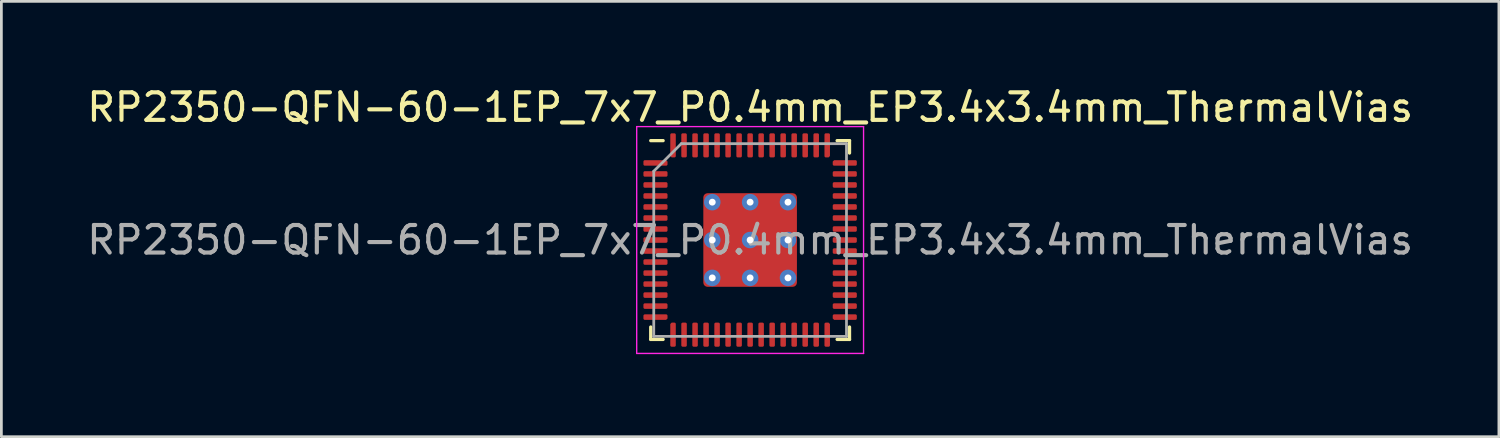
<source format=kicad_pcb>
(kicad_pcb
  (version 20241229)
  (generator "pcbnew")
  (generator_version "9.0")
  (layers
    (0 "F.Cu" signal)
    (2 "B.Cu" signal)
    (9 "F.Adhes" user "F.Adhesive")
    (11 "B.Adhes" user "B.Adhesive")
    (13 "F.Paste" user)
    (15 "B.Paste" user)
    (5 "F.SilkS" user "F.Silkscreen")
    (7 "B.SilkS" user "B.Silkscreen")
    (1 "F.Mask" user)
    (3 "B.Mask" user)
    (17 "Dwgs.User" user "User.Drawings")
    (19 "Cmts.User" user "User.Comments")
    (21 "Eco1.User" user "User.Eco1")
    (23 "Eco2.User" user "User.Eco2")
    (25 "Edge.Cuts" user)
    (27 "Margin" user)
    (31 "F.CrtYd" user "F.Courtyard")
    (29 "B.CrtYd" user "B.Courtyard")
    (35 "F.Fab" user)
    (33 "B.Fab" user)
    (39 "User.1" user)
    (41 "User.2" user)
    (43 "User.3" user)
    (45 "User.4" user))
  (footprint "RP2350-QFN-60-1EP_7x7_P0.4mm_EP3.4x3.4mm_ThermalVias"
    (layer "F.Cu")
    (at 24.196 5.668)
    (property "Reference" "RP2350-QFN-60-1EP_7x7_P0.4mm_EP3.4x3.4mm_ThermalVias" (at 0 -4.82 0) (layer "F.SilkS") (effects (font (size 1 1) (thickness 0.15))))
    (attr smd)
    (fp_line (start -3.61 3.61) (end -3.61 3.16) (stroke (width 0.12) (type solid)) (layer "F.SilkS"))
    (fp_line (start -3.16 -3.61) (end -3.61 -3.61) (stroke (width 0.12) (type solid)) (layer "F.SilkS"))
    (fp_line (start -3.16 3.61) (end -3.61 3.61) (stroke (width 0.12) (type solid)) (layer "F.SilkS"))
    (fp_line (start 3.16 -3.61) (end 3.61 -3.61) (stroke (width 0.12) (type solid)) (layer "F.SilkS"))
    (fp_line (start 3.16 3.61) (end 3.61 3.61) (stroke (width 0.12) (type solid)) (layer "F.SilkS"))
    (fp_line (start 3.61 -3.61) (end 3.61 -3.16) (stroke (width 0.12) (type solid)) (layer "F.SilkS"))
    (fp_line (start 3.61 3.61) (end 3.61 3.16) (stroke (width 0.12) (type solid)) (layer "F.SilkS"))
    (fp_line (start -4.12 -4.12) (end -4.12 4.12) (stroke (width 0.05) (type solid)) (layer "F.CrtYd"))
    (fp_line (start -4.12 4.12) (end 4.12 4.12) (stroke (width 0.05) (type solid)) (layer "F.CrtYd"))
    (fp_line (start 4.12 -4.12) (end -4.12 -4.12) (stroke (width 0.05) (type solid)) (layer "F.CrtYd"))
    (fp_line (start 4.12 4.12) (end 4.12 -4.12) (stroke (width 0.05) (type solid)) (layer "F.CrtYd"))
    (fp_line (start -3.5 -2.5) (end -2.5 -3.5) (stroke (width 0.1) (type solid)) (layer "F.Fab"))
    (fp_line (start -3.5 3.5) (end -3.5 -2.5) (stroke (width 0.1) (type solid)) (layer "F.Fab"))
    (fp_line (start -2.5 -3.5) (end 3.5 -3.5) (stroke (width 0.1) (type solid)) (layer "F.Fab"))
    (fp_line (start 3.5 -3.5) (end 3.5 3.5) (stroke (width 0.1) (type solid)) (layer "F.Fab"))
    (fp_line (start 3.5 3.5) (end -3.5 3.5) (stroke (width 0.1) (type solid)) (layer "F.Fab"))
    (fp_text user "${REFERENCE}" (at 0 0 0) (layer "F.Fab") (effects (font (size 1 1) (thickness 0.15))))
    (pad "" smd roundrect (at -0.7 -0.7) (size 1.2 1.2) (layers "F.Paste") (roundrect_rratio 0.208))
    (pad "" smd roundrect (at -0.7 0.7) (size 1.2 1.2) (layers "F.Paste") (roundrect_rratio 0.208))
    (pad "" smd roundrect (at 0.7 -0.7) (size 1.2 1.2) (layers "F.Paste") (roundrect_rratio 0.208))
    (pad "" smd roundrect (at 0.7 0.7) (size 1.2 1.2) (layers "F.Paste") (roundrect_rratio 0.208))
    (pad "1" smd roundrect (at -3.438 -2.8) (size 0.875 0.2) (layers "F.Cu" "F.Mask" "F.Paste") (roundrect_rratio 0.25) (chamfer_ratio 0.25) (chamfer top_right))
    (pad "2" smd roundrect (at -3.438 -2.4) (size 0.875 0.2) (layers "F.Cu" "F.Mask" "F.Paste") (roundrect_rratio 0.25))
    (pad "3" smd roundrect (at -3.438 -2) (size 0.875 0.2) (layers "F.Cu" "F.Mask" "F.Paste") (roundrect_rratio 0.25))
    (pad "4" smd roundrect (at -3.438 -1.6) (size 0.875 0.2) (layers "F.Cu" "F.Mask" "F.Paste") (roundrect_rratio 0.25))
    (pad "5" smd roundrect (at -3.438 -1.2) (size 0.875 0.2) (layers "F.Cu" "F.Mask" "F.Paste") (roundrect_rratio 0.25))
    (pad "6" smd roundrect (at -3.438 -0.8) (size 0.875 0.2) (layers "F.Cu" "F.Mask" "F.Paste") (roundrect_rratio 0.25))
    (pad "7" smd roundrect (at -3.438 -0.4) (size 0.875 0.2) (layers "F.Cu" "F.Mask" "F.Paste") (roundrect_rratio 0.25))
    (pad "8" smd roundrect (at -3.438 0) (size 0.875 0.2) (layers "F.Cu" "F.Mask" "F.Paste") (roundrect_rratio 0.25))
    (pad "9" smd roundrect (at -3.438 0.4) (size 0.875 0.2) (layers "F.Cu" "F.Mask" "F.Paste") (roundrect_rratio 0.25))
    (pad "10" smd roundrect (at -3.438 0.8) (size 0.875 0.2) (layers "F.Cu" "F.Mask" "F.Paste") (roundrect_rratio 0.25))
    (pad "11" smd roundrect (at -3.438 1.2) (size 0.875 0.2) (layers "F.Cu" "F.Mask" "F.Paste") (roundrect_rratio 0.25))
    (pad "12" smd roundrect (at -3.438 1.6) (size 0.875 0.2) (layers "F.Cu" "F.Mask" "F.Paste") (roundrect_rratio 0.25))
    (pad "13" smd roundrect (at -3.438 2) (size 0.875 0.2) (layers "F.Cu" "F.Mask" "F.Paste") (roundrect_rratio 0.25))
    (pad "14" smd roundrect (at -3.438 2.4) (size 0.875 0.2) (layers "F.Cu" "F.Mask" "F.Paste") (roundrect_rratio 0.25))
    (pad "15" smd roundrect (at -3.438 2.8) (size 0.875 0.2) (layers "F.Cu" "F.Mask" "F.Paste") (roundrect_rratio 0.25) (chamfer_ratio 0.25) (chamfer bottom_right))
    (pad "16" smd roundrect (at -2.8 3.438) (size 0.2 0.875) (layers "F.Cu" "F.Mask" "F.Paste") (roundrect_rratio 0.25) (chamfer_ratio 0.25) (chamfer top_left))
    (pad "17" smd roundrect (at -2.4 3.438) (size 0.2 0.875) (layers "F.Cu" "F.Mask" "F.Paste") (roundrect_rratio 0.25))
    (pad "18" smd roundrect (at -2 3.438) (size 0.2 0.875) (layers "F.Cu" "F.Mask" "F.Paste") (roundrect_rratio 0.25))
    (pad "19" smd roundrect (at -1.6 3.438) (size 0.2 0.875) (layers "F.Cu" "F.Mask" "F.Paste") (roundrect_rratio 0.25))
    (pad "20" smd roundrect (at -1.2 3.438) (size 0.2 0.875) (layers "F.Cu" "F.Mask" "F.Paste") (roundrect_rratio 0.25))
    (pad "21" smd roundrect (at -0.8 3.438) (size 0.2 0.875) (layers "F.Cu" "F.Mask" "F.Paste") (roundrect_rratio 0.25))
    (pad "22" smd roundrect (at -0.4 3.438) (size 0.2 0.875) (layers "F.Cu" "F.Mask" "F.Paste") (roundrect_rratio 0.25))
    (pad "23" smd roundrect (at 0 3.438) (size 0.2 0.875) (layers "F.Cu" "F.Mask" "F.Paste") (roundrect_rratio 0.25))
    (pad "24" smd roundrect (at 0.4 3.438) (size 0.2 0.875) (layers "F.Cu" "F.Mask" "F.Paste") (roundrect_rratio 0.25))
    (pad "25" smd roundrect (at 0.8 3.438) (size 0.2 0.875) (layers "F.Cu" "F.Mask" "F.Paste") (roundrect_rratio 0.25))
    (pad "26" smd roundrect (at 1.2 3.438) (size 0.2 0.875) (layers "F.Cu" "F.Mask" "F.Paste") (roundrect_rratio 0.25))
    (pad "27" smd roundrect (at 1.6 3.438) (size 0.2 0.875) (layers "F.Cu" "F.Mask" "F.Paste") (roundrect_rratio 0.25))
    (pad "28" smd roundrect (at 2 3.438) (size 0.2 0.875) (layers "F.Cu" "F.Mask" "F.Paste") (roundrect_rratio 0.25))
    (pad "29" smd roundrect (at 2.4 3.438) (size 0.2 0.875) (layers "F.Cu" "F.Mask" "F.Paste") (roundrect_rratio 0.25))
    (pad "30" smd roundrect (at 2.8 3.438) (size 0.2 0.875) (layers "F.Cu" "F.Mask" "F.Paste") (roundrect_rratio 0.25) (chamfer_ratio 0.25) (chamfer top_right))
    (pad "31" smd roundrect (at 3.438 2.8) (size 0.875 0.2) (layers "F.Cu" "F.Mask" "F.Paste") (roundrect_rratio 0.25) (chamfer_ratio 0.25) (chamfer bottom_left))
    (pad "32" smd roundrect (at 3.438 2.4) (size 0.875 0.2) (layers "F.Cu" "F.Mask" "F.Paste") (roundrect_rratio 0.25))
    (pad "33" smd roundrect (at 3.438 2) (size 0.875 0.2) (layers "F.Cu" "F.Mask" "F.Paste") (roundrect_rratio 0.25))
    (pad "34" smd roundrect (at 3.438 1.6) (size 0.875 0.2) (layers "F.Cu" "F.Mask" "F.Paste") (roundrect_rratio 0.25))
    (pad "35" smd roundrect (at 3.438 1.2) (size 0.875 0.2) (layers "F.Cu" "F.Mask" "F.Paste") (roundrect_rratio 0.25))
    (pad "36" smd roundrect (at 3.438 0.8) (size 0.875 0.2) (layers "F.Cu" "F.Mask" "F.Paste") (roundrect_rratio 0.25))
    (pad "37" smd roundrect (at 3.438 0.4) (size 0.875 0.2) (layers "F.Cu" "F.Mask" "F.Paste") (roundrect_rratio 0.25))
    (pad "38" smd roundrect (at 3.438 0) (size 0.875 0.2) (layers "F.Cu" "F.Mask" "F.Paste") (roundrect_rratio 0.25))
    (pad "39" smd roundrect (at 3.438 -0.4) (size 0.875 0.2) (layers "F.Cu" "F.Mask" "F.Paste") (roundrect_rratio 0.25))
    (pad "40" smd roundrect (at 3.438 -0.8) (size 0.875 0.2) (layers "F.Cu" "F.Mask" "F.Paste") (roundrect_rratio 0.25))
    (pad "41" smd roundrect (at 3.438 -1.2) (size 0.875 0.2) (layers "F.Cu" "F.Mask" "F.Paste") (roundrect_rratio 0.25))
    (pad "42" smd roundrect (at 3.438 -1.6) (size 0.875 0.2) (layers "F.Cu" "F.Mask" "F.Paste") (roundrect_rratio 0.25))
    (pad "43" smd roundrect (at 3.438 -2) (size 0.875 0.2) (layers "F.Cu" "F.Mask" "F.Paste") (roundrect_rratio 0.25))
    (pad "44" smd roundrect (at 3.438 -2.4) (size 0.875 0.2) (layers "F.Cu" "F.Mask" "F.Paste") (roundrect_rratio 0.25))
    (pad "45" smd roundrect (at 3.438 -2.8) (size 0.875 0.2) (layers "F.Cu" "F.Mask" "F.Paste") (roundrect_rratio 0.25) (chamfer_ratio 0.25) (chamfer top_left))
    (pad "46" smd roundrect (at 2.8 -3.438) (size 0.2 0.875) (layers "F.Cu" "F.Mask" "F.Paste") (roundrect_rratio 0.25) (chamfer_ratio 0.25) (chamfer bottom_right))
    (pad "47" smd roundrect (at 2.4 -3.438) (size 0.2 0.875) (layers "F.Cu" "F.Mask" "F.Paste") (roundrect_rratio 0.25))
    (pad "48" smd roundrect (at 2 -3.438) (size 0.2 0.875) (layers "F.Cu" "F.Mask" "F.Paste") (roundrect_rratio 0.25))
    (pad "49" smd roundrect (at 1.6 -3.438) (size 0.2 0.875) (layers "F.Cu" "F.Mask" "F.Paste") (roundrect_rratio 0.25))
    (pad "50" smd roundrect (at 1.2 -3.438) (size 0.2 0.875) (layers "F.Cu" "F.Mask" "F.Paste") (roundrect_rratio 0.25))
    (pad "51" smd roundrect (at 0.8 -3.438) (size 0.2 0.875) (layers "F.Cu" "F.Mask" "F.Paste") (roundrect_rratio 0.25))
    (pad "52" smd roundrect (at 0.4 -3.438) (size 0.2 0.875) (layers "F.Cu" "F.Mask" "F.Paste") (roundrect_rratio 0.25))
    (pad "53" smd roundrect (at 0 -3.438) (size 0.2 0.875) (layers "F.Cu" "F.Mask" "F.Paste") (roundrect_rratio 0.25))
    (pad "54" smd roundrect (at -0.4 -3.438) (size 0.2 0.875) (layers "F.Cu" "F.Mask" "F.Paste") (roundrect_rratio 0.25))
    (pad "55" smd roundrect (at -0.8 -3.438) (size 0.2 0.875) (layers "F.Cu" "F.Mask" "F.Paste") (roundrect_rratio 0.25))
    (pad "56" smd roundrect (at -1.2 -3.438) (size 0.2 0.875) (layers "F.Cu" "F.Mask" "F.Paste") (roundrect_rratio 0.25))
    (pad "57" smd roundrect (at -1.6 -3.438) (size 0.2 0.875) (layers "F.Cu" "F.Mask" "F.Paste") (roundrect_rratio 0.25))
    (pad "58" smd roundrect (at -2 -3.438) (size 0.2 0.875) (layers "F.Cu" "F.Mask" "F.Paste") (roundrect_rratio 0.25))
    (pad "59" smd roundrect (at -2.4 -3.438) (size 0.2 0.875) (layers "F.Cu" "F.Mask" "F.Paste") (roundrect_rratio 0.25))
    (pad "60" smd roundrect (at -2.8 -3.438) (size 0.2 0.875) (layers "F.Cu" "F.Mask" "F.Paste") (roundrect_rratio 0.25) (chamfer_ratio 0.25) (chamfer bottom_left))
    (pad "61" thru_hole circle (at -1.375 -1.375) (size 0.6 0.6) (drill 0.25) (property pad_prop_heatsink) (layers "*.Cu"))
    (pad "61" thru_hole circle (at -1.375 0) (size 0.6 0.6) (drill 0.25) (property pad_prop_heatsink) (layers "*.Cu"))
    (pad "61" thru_hole circle (at -1.375 1.375) (size 0.6 0.6) (drill 0.25) (property pad_prop_heatsink) (layers "*.Cu"))
    (pad "61" thru_hole circle (at 0 -1.375) (size 0.6 0.6) (drill 0.25) (property pad_prop_heatsink) (layers "*.Cu"))
    (pad "61" thru_hole circle (at 0 0) (size 0.6 0.6) (drill 0.25) (property pad_prop_heatsink) (layers "*.Cu"))
    (pad "61" smd roundrect (at 0 0 90) (size 3.4 3.4) (layers "F.Cu" "F.Mask") (roundrect_rratio 0.045))
    (pad "61" thru_hole circle (at 0 1.375) (size 0.6 0.6) (drill 0.25) (property pad_prop_heatsink) (layers "*.Cu"))
    (pad "61" thru_hole circle (at 1.375 -1.375) (size 0.6 0.6) (drill 0.25) (property pad_prop_heatsink) (layers "*.Cu"))
    (pad "61" thru_hole circle (at 1.375 0) (size 0.6 0.6) (drill 0.25) (property pad_prop_heatsink) (layers "*.Cu"))
    (pad "61" thru_hole circle (at 1.375 1.375) (size 0.6 0.6) (drill 0.25) (property pad_prop_heatsink) (layers "*.Cu")))
  (gr_rect
    (start -3 -3)
    (end 51.393 12.813)
    (stroke (width 0.1) (type default))
    (fill no)
    (layer "Edge.Cuts")))
</source>
